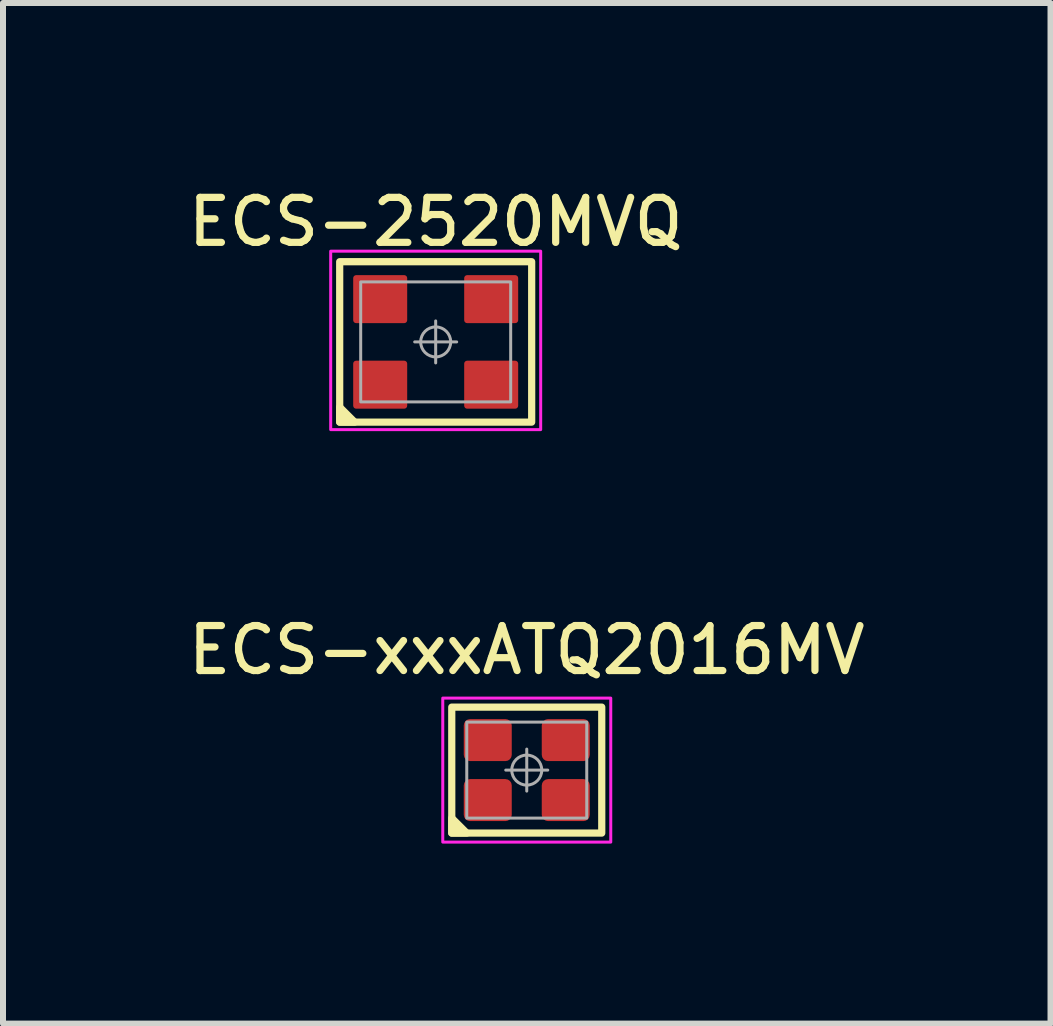
<source format=kicad_pcb>
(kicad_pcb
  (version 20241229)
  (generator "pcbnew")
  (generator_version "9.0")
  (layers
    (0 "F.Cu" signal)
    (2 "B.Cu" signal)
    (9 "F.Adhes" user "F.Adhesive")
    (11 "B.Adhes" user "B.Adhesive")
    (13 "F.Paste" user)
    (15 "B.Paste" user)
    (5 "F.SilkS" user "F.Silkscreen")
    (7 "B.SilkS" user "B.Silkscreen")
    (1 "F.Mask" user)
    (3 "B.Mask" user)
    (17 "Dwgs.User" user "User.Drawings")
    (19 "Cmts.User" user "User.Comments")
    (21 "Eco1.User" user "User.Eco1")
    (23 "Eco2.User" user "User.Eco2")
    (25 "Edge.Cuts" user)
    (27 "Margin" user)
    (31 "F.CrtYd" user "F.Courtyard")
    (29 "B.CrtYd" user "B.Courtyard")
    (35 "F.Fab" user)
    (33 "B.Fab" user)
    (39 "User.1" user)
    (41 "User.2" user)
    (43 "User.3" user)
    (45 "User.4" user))
  (footprint "ECS-2520MVQ"
    (layer "F.Cu")
    (at 4.212 2.649)
    (property "Reference" "ECS-2520MVQ" (at 0 -2 0) (unlocked yes) (layer "F.SilkS") (effects (font (size 0.75 0.75) (thickness 0.12))))
    (attr smd)
    (fp_rect (start -1.6 -1.337) (end 1.6 1.337) (stroke (width 0.12) (type solid)) (fill no) (layer "F.SilkS"))
    (fp_poly (pts (xy -1.35 1.337) (xy -1.6 1.087) (xy -1.6 1.337)) (stroke (width 0.12) (type solid)) (fill yes) (layer "F.SilkS"))
    (fp_rect (start -1.75 -1.512) (end 1.75 1.462) (stroke (width 0.05) (type solid)) (fill no) (layer "F.CrtYd"))
    (fp_line (start 0 -0.35) (end 0 0.35) (stroke (width 0.05) (type solid)) (layer "F.Fab"))
    (fp_line (start 0.35 0) (end -0.35 0) (stroke (width 0.05) (type solid)) (layer "F.Fab"))
    (fp_rect (start -1.25 -1) (end 1.25 1) (stroke (width 0.05) (type solid)) (fill no) (layer "F.Fab"))
    (fp_circle (center 0 0) (end 0.25 0) (stroke (width 0.05) (type solid)) (fill no) (layer "F.Fab"))
    (pad "1" smd roundrect (at -0.925 0.713) (size 0.9 0.8) (layers "F.Cu" "F.Mask" "F.Paste") (roundrect_rratio 0.062))
    (pad "2" smd roundrect (at 0.925 0.713) (size 0.9 0.8) (layers "F.Cu" "F.Mask" "F.Paste") (roundrect_rratio 0.062))
    (pad "3" smd roundrect (at 0.925 -0.713) (size 0.9 0.8) (layers "F.Cu" "F.Mask" "F.Paste") (roundrect_rratio 0.062))
    (pad "4" smd roundrect (at -0.925 -0.713) (size 0.9 0.8) (layers "F.Cu" "F.Mask" "F.Paste") (roundrect_rratio 0.062)))
  (footprint "ECS-xxxATQ2016MV"
    (layer "F.Cu")
    (at 5.73 9.786)
    (property "Reference" "ECS-xxxATQ2016MV" (at 0 -2 0) (unlocked yes) (layer "F.SilkS") (effects (font (size 0.75 0.75) (thickness 0.12))))
    (attr smd)
    (fp_rect (start -1.25 -1.05) (end 1.25 1.05) (stroke (width 0.12) (type solid)) (fill no) (layer "F.SilkS"))
    (fp_poly (pts (xy -1 1.05) (xy -1.25 0.8) (xy -1.25 1.05)) (stroke (width 0.12) (type solid)) (fill yes) (layer "F.SilkS"))
    (fp_rect (start -1.4 -1.2) (end 1.4 1.2) (stroke (width 0.05) (type default)) (fill no) (layer "F.CrtYd"))
    (fp_line (start 0 -0.35) (end 0 0.35) (stroke (width 0.05) (type solid)) (layer "F.Fab"))
    (fp_line (start 0.35 0) (end -0.35 0) (stroke (width 0.05) (type solid)) (layer "F.Fab"))
    (fp_rect (start -1 -0.8) (end 1 0.8) (stroke (width 0.05) (type solid)) (fill no) (layer "F.Fab"))
    (fp_circle (center 0 0) (end 0.25 0) (stroke (width 0.05) (type solid)) (fill no) (layer "F.Fab"))
    (pad "1" smd roundrect (at -0.65 0.5) (size 0.8 0.7) (layers "F.Cu" "F.Mask" "F.Paste") (roundrect_rratio 0.15))
    (pad "2" smd roundrect (at 0.65 0.5) (size 0.8 0.7) (layers "F.Cu" "F.Mask" "F.Paste") (roundrect_rratio 0.15))
    (pad "3" smd roundrect (at 0.65 -0.5) (size 0.8 0.7) (layers "F.Cu" "F.Mask" "F.Paste") (roundrect_rratio 0.15))
    (pad "4" smd roundrect (at -0.65 -0.5) (size 0.8 0.7) (layers "F.Cu" "F.Mask" "F.Paste") (roundrect_rratio 0.15)))
  (gr_rect
    (start -3 -3)
    (end 14.46 14.011)
    (stroke (width 0.1) (type default))
    (fill no)
    (layer "Edge.Cuts")))
</source>
